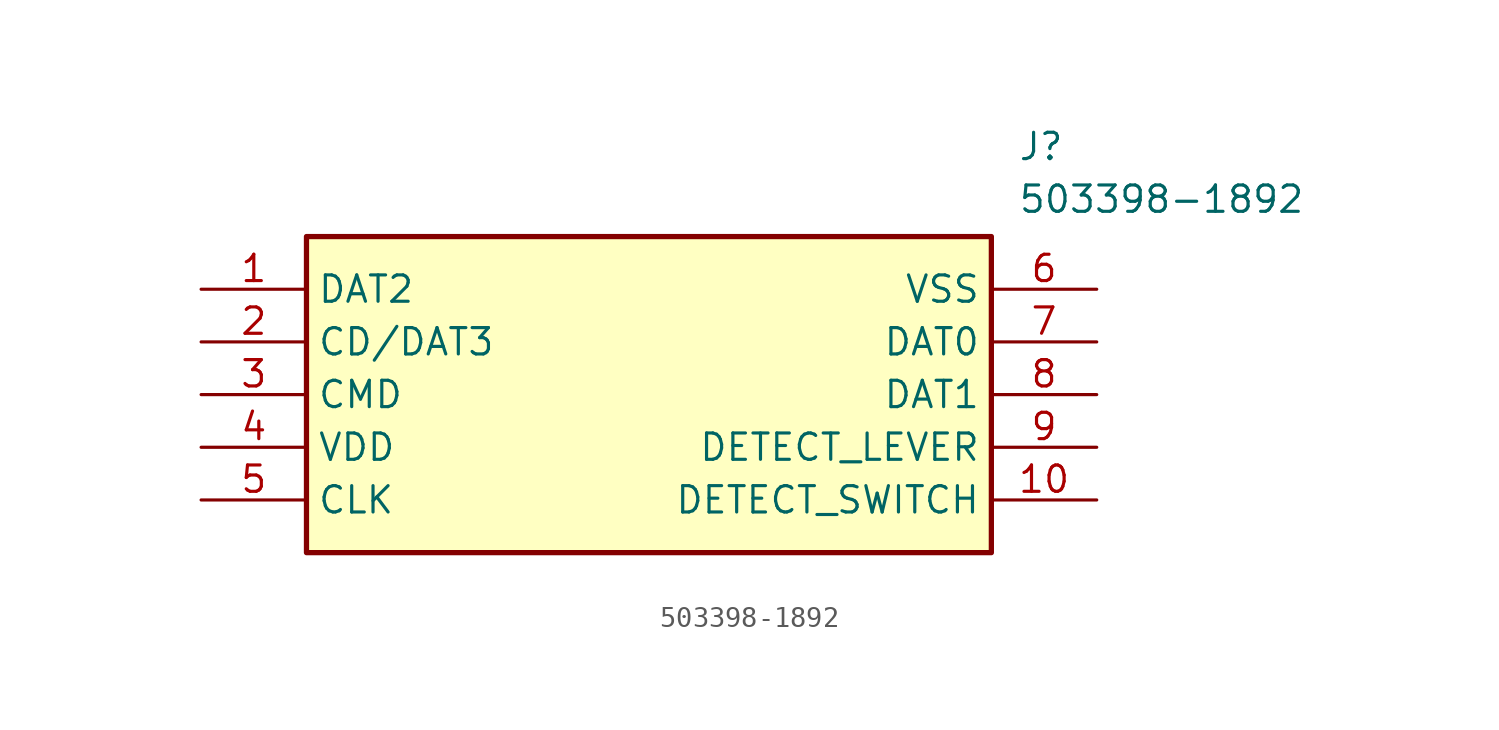
<source format=kicad_sym>
(kicad_symbol_lib
  (version 20211014)
  (generator SamacSys_ECAD_Model)
  (symbol "503398-1892"
    (property "Reference" "J"
      (at 39.37 7.62 0)
      (effects (font (size 1.27 1.27)) (justify left top)))
    (property "Value" "503398-1892"
      (at 39.37 5.08 0)
      (effects (font (size 1.27 1.27)) (justify left top)))
    (rectangle
      (start 5.08 2.54)
      (end 38.1 -12.7)
      (stroke (width 0.254) (type default))
      (fill (type background)))
    (pin passive line
      (at 0 0 0)
      (length 5.08)
      (name "DAT2" (effects (font (size 1.27 1.27))))
      (number "1" (effects (font (size 1.27 1.27)))))
    (pin passive line
      (at 0 -2.54 0)
      (length 5.08)
      (name "CD/DAT3" (effects (font (size 1.27 1.27))))
      (number "2" (effects (font (size 1.27 1.27)))))
    (pin passive line
      (at 0 -5.08 0)
      (length 5.08)
      (name "CMD" (effects (font (size 1.27 1.27))))
      (number "3" (effects (font (size 1.27 1.27)))))
    (pin passive line
      (at 0 -7.62 0)
      (length 5.08)
      (name "VDD" (effects (font (size 1.27 1.27))))
      (number "4" (effects (font (size 1.27 1.27)))))
    (pin passive line
      (at 0 -10.16 0)
      (length 5.08)
      (name "CLK" (effects (font (size 1.27 1.27))))
      (number "5" (effects (font (size 1.27 1.27)))))
    (pin passive line
      (at 43.18 0 180)
      (length 5.08)
      (name "VSS" (effects (font (size 1.27 1.27))))
      (number "6" (effects (font (size 1.27 1.27)))))
    (pin passive line
      (at 43.18 -2.54 180)
      (length 5.08)
      (name "DAT0" (effects (font (size 1.27 1.27))))
      (number "7" (effects (font (size 1.27 1.27)))))
    (pin passive line
      (at 43.18 -5.08 180)
      (length 5.08)
      (name "DAT1" (effects (font (size 1.27 1.27))))
      (number "8" (effects (font (size 1.27 1.27)))))
    (pin passive line
      (at 43.18 -7.62 180)
      (length 5.08)
      (name "DETECT_LEVER" (effects (font (size 1.27 1.27))))
      (number "9" (effects (font (size 1.27 1.27)))))
    (pin passive line
      (at 43.18 -10.16 180)
      (length 5.08)
      (name "DETECT_SWITCH" (effects (font (size 1.27 1.27))))
      (number "10" (effects (font (size 1.27 1.27)))))))
</source>
